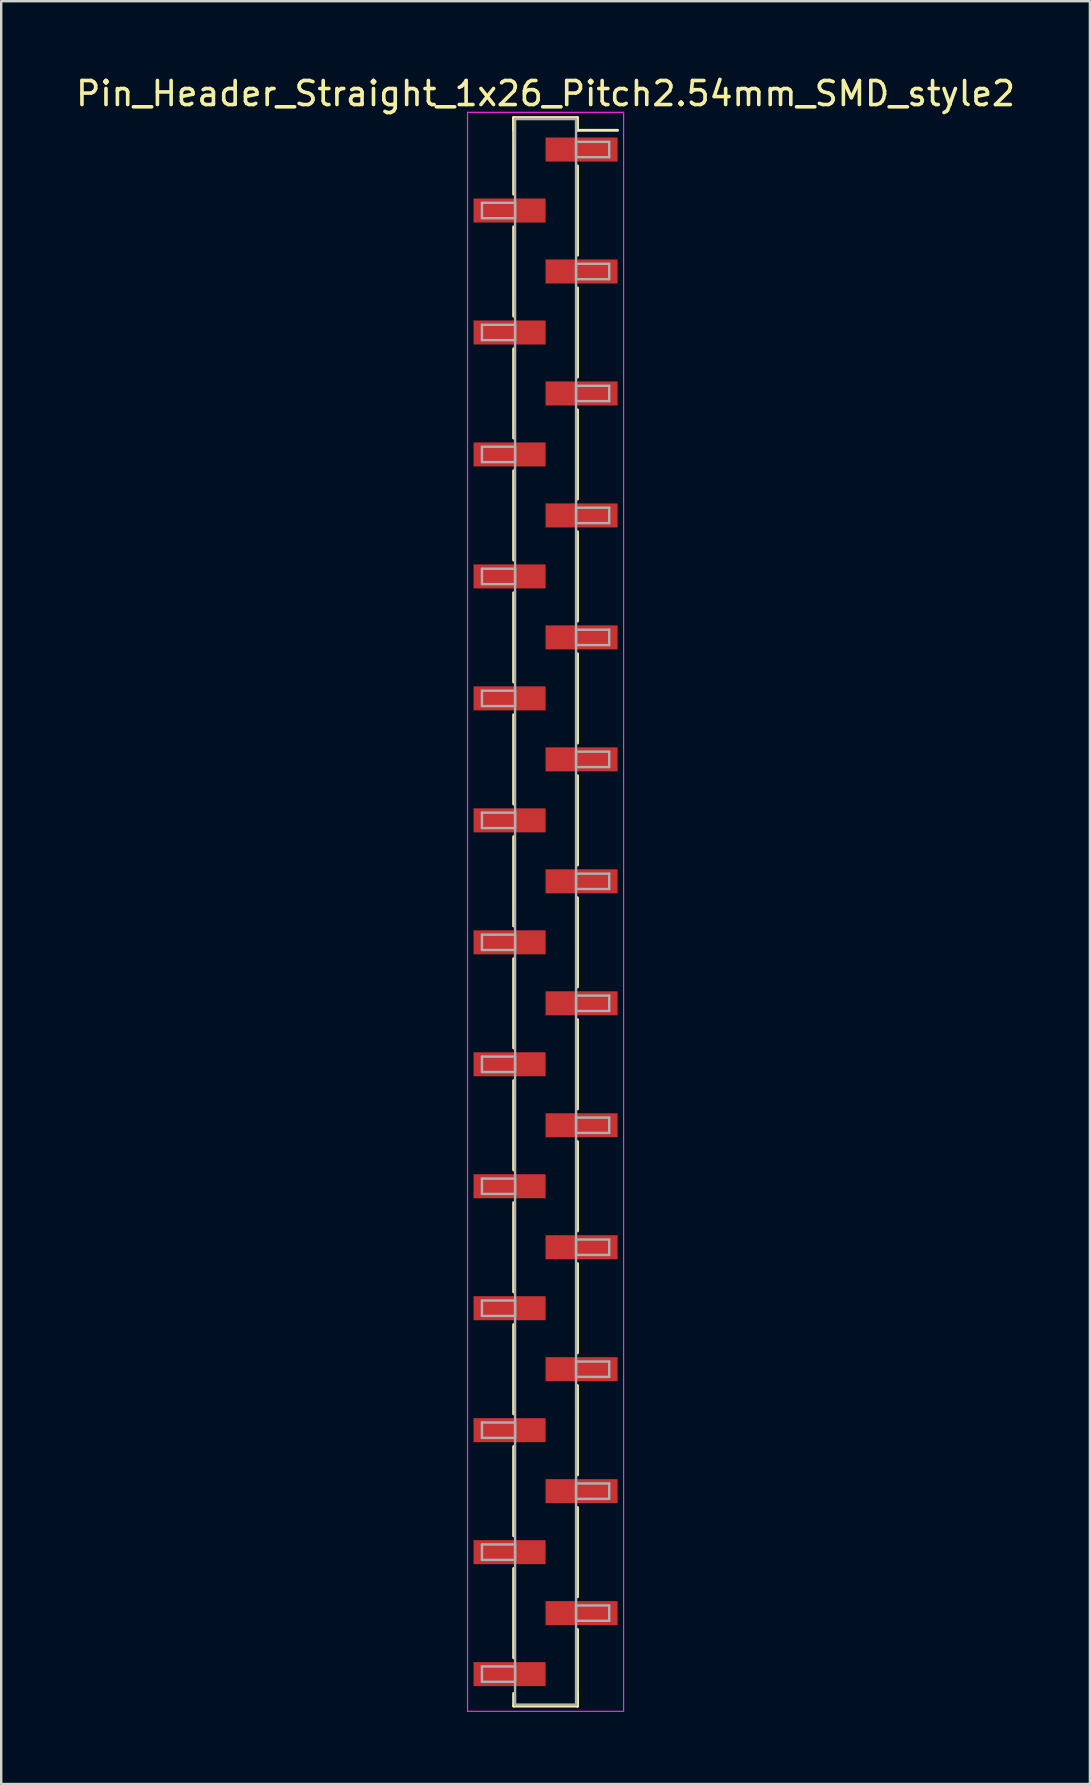
<source format=kicad_pcb>
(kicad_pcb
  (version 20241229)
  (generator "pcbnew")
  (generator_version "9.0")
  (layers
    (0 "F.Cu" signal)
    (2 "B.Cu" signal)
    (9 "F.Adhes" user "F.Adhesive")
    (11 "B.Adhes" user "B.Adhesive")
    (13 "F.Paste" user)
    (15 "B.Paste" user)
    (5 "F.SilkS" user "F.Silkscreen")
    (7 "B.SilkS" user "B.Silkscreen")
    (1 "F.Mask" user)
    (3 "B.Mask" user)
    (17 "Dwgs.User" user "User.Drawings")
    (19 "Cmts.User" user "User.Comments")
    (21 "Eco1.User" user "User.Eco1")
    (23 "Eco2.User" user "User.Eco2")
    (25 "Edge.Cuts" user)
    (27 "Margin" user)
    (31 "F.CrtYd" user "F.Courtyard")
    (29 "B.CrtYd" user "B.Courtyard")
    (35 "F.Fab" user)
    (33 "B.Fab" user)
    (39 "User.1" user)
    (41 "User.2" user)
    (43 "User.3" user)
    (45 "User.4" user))
  (footprint "Pin_Header_Straight_1x26_Pitch2.54mm_SMD_style2"
    (layer "F.Cu")
    (at 19.673 34.928)
    (property "Reference" "Pin_Header_Straight_1x26_Pitch2.54mm_SMD_style2" (at 0 -34.08 0) (layer "F.SilkS") (effects (font (size 1 1) (thickness 0.15))))
    (attr smd)
    (fp_line (start -1.33 -33.08) (end -1.33 -29.89) (stroke (width 0.12) (type solid)) (layer "F.SilkS"))
    (fp_line (start -1.33 -33.08) (end 1.33 -33.08) (stroke (width 0.12) (type solid)) (layer "F.SilkS"))
    (fp_line (start -1.33 -32.55) (end -1.33 -33.08) (stroke (width 0.12) (type solid)) (layer "F.SilkS"))
    (fp_line (start -1.33 -28.53) (end -1.33 -24.81) (stroke (width 0.12) (type solid)) (layer "F.SilkS"))
    (fp_line (start -1.33 -23.45) (end -1.33 -19.73) (stroke (width 0.12) (type solid)) (layer "F.SilkS"))
    (fp_line (start -1.33 -18.37) (end -1.33 -14.65) (stroke (width 0.12) (type solid)) (layer "F.SilkS"))
    (fp_line (start -1.33 -13.29) (end -1.33 -9.57) (stroke (width 0.12) (type solid)) (layer "F.SilkS"))
    (fp_line (start -1.33 -8.21) (end -1.33 -4.49) (stroke (width 0.12) (type solid)) (layer "F.SilkS"))
    (fp_line (start -1.33 -3.13) (end -1.33 0.59) (stroke (width 0.12) (type solid)) (layer "F.SilkS"))
    (fp_line (start -1.33 1.95) (end -1.33 5.67) (stroke (width 0.12) (type solid)) (layer "F.SilkS"))
    (fp_line (start -1.33 7.03) (end -1.33 10.75) (stroke (width 0.12) (type solid)) (layer "F.SilkS"))
    (fp_line (start -1.33 12.11) (end -1.33 15.83) (stroke (width 0.12) (type solid)) (layer "F.SilkS"))
    (fp_line (start -1.33 17.19) (end -1.33 20.91) (stroke (width 0.12) (type solid)) (layer "F.SilkS"))
    (fp_line (start -1.33 22.27) (end -1.33 25.99) (stroke (width 0.12) (type solid)) (layer "F.SilkS"))
    (fp_line (start -1.33 27.35) (end -1.33 31.07) (stroke (width 0.12) (type solid)) (layer "F.SilkS"))
    (fp_line (start -1.33 32.55) (end -1.33 33.08) (stroke (width 0.12) (type solid)) (layer "F.SilkS"))
    (fp_line (start -1.33 33.08) (end 1.33 33.08) (stroke (width 0.12) (type solid)) (layer "F.SilkS"))
    (fp_line (start 1.33 -33.08) (end 1.33 -32.55) (stroke (width 0.12) (type solid)) (layer "F.SilkS"))
    (fp_line (start 1.33 -32.55) (end 3 -32.55) (stroke (width 0.12) (type solid)) (layer "F.SilkS"))
    (fp_line (start 1.33 -31.07) (end 1.33 -27.35) (stroke (width 0.12) (type solid)) (layer "F.SilkS"))
    (fp_line (start 1.33 -25.99) (end 1.33 -22.27) (stroke (width 0.12) (type solid)) (layer "F.SilkS"))
    (fp_line (start 1.33 -20.91) (end 1.33 -17.19) (stroke (width 0.12) (type solid)) (layer "F.SilkS"))
    (fp_line (start 1.33 -15.83) (end 1.33 -12.11) (stroke (width 0.12) (type solid)) (layer "F.SilkS"))
    (fp_line (start 1.33 -10.75) (end 1.33 -7.03) (stroke (width 0.12) (type solid)) (layer "F.SilkS"))
    (fp_line (start 1.33 -5.67) (end 1.33 -1.95) (stroke (width 0.12) (type solid)) (layer "F.SilkS"))
    (fp_line (start 1.33 -0.59) (end 1.33 3.13) (stroke (width 0.12) (type solid)) (layer "F.SilkS"))
    (fp_line (start 1.33 4.49) (end 1.33 8.21) (stroke (width 0.12) (type solid)) (layer "F.SilkS"))
    (fp_line (start 1.33 9.57) (end 1.33 13.29) (stroke (width 0.12) (type solid)) (layer "F.SilkS"))
    (fp_line (start 1.33 14.65) (end 1.33 18.37) (stroke (width 0.12) (type solid)) (layer "F.SilkS"))
    (fp_line (start 1.33 19.73) (end 1.33 23.45) (stroke (width 0.12) (type solid)) (layer "F.SilkS"))
    (fp_line (start 1.33 24.81) (end 1.33 28.53) (stroke (width 0.12) (type solid)) (layer "F.SilkS"))
    (fp_line (start 1.33 29.89) (end 1.33 33.08) (stroke (width 0.12) (type solid)) (layer "F.SilkS"))
    (fp_line (start 1.33 33.08) (end 1.33 32.55) (stroke (width 0.12) (type solid)) (layer "F.SilkS"))
    (fp_line (start -3.25 -33.3) (end -3.25 33.3) (stroke (width 0.05) (type solid)) (layer "F.CrtYd"))
    (fp_line (start -3.25 33.3) (end 3.25 33.3) (stroke (width 0.05) (type solid)) (layer "F.CrtYd"))
    (fp_line (start 3.25 -33.3) (end -3.25 -33.3) (stroke (width 0.05) (type solid)) (layer "F.CrtYd"))
    (fp_line (start 3.25 33.3) (end 3.25 -33.3) (stroke (width 0.05) (type solid)) (layer "F.CrtYd"))
    (fp_line (start -2.65 -29.53) (end -1.27 -29.53) (stroke (width 0.1) (type solid)) (layer "F.Fab"))
    (fp_line (start -2.65 -28.89) (end -2.65 -29.53) (stroke (width 0.1) (type solid)) (layer "F.Fab"))
    (fp_line (start -2.65 -24.45) (end -1.27 -24.45) (stroke (width 0.1) (type solid)) (layer "F.Fab"))
    (fp_line (start -2.65 -23.81) (end -2.65 -24.45) (stroke (width 0.1) (type solid)) (layer "F.Fab"))
    (fp_line (start -2.65 -19.37) (end -1.27 -19.37) (stroke (width 0.1) (type solid)) (layer "F.Fab"))
    (fp_line (start -2.65 -18.73) (end -2.65 -19.37) (stroke (width 0.1) (type solid)) (layer "F.Fab"))
    (fp_line (start -2.65 -14.29) (end -1.27 -14.29) (stroke (width 0.1) (type solid)) (layer "F.Fab"))
    (fp_line (start -2.65 -13.65) (end -2.65 -14.29) (stroke (width 0.1) (type solid)) (layer "F.Fab"))
    (fp_line (start -2.65 -9.21) (end -1.27 -9.21) (stroke (width 0.1) (type solid)) (layer "F.Fab"))
    (fp_line (start -2.65 -8.57) (end -2.65 -9.21) (stroke (width 0.1) (type solid)) (layer "F.Fab"))
    (fp_line (start -2.65 -4.13) (end -1.27 -4.13) (stroke (width 0.1) (type solid)) (layer "F.Fab"))
    (fp_line (start -2.65 -3.49) (end -2.65 -4.13) (stroke (width 0.1) (type solid)) (layer "F.Fab"))
    (fp_line (start -2.65 0.95) (end -1.27 0.95) (stroke (width 0.1) (type solid)) (layer "F.Fab"))
    (fp_line (start -2.65 1.59) (end -2.65 0.95) (stroke (width 0.1) (type solid)) (layer "F.Fab"))
    (fp_line (start -2.65 6.03) (end -1.27 6.03) (stroke (width 0.1) (type solid)) (layer "F.Fab"))
    (fp_line (start -2.65 6.67) (end -2.65 6.03) (stroke (width 0.1) (type solid)) (layer "F.Fab"))
    (fp_line (start -2.65 11.11) (end -1.27 11.11) (stroke (width 0.1) (type solid)) (layer "F.Fab"))
    (fp_line (start -2.65 11.75) (end -2.65 11.11) (stroke (width 0.1) (type solid)) (layer "F.Fab"))
    (fp_line (start -2.65 16.19) (end -1.27 16.19) (stroke (width 0.1) (type solid)) (layer "F.Fab"))
    (fp_line (start -2.65 16.83) (end -2.65 16.19) (stroke (width 0.1) (type solid)) (layer "F.Fab"))
    (fp_line (start -2.65 21.27) (end -1.27 21.27) (stroke (width 0.1) (type solid)) (layer "F.Fab"))
    (fp_line (start -2.65 21.91) (end -2.65 21.27) (stroke (width 0.1) (type solid)) (layer "F.Fab"))
    (fp_line (start -2.65 26.35) (end -1.27 26.35) (stroke (width 0.1) (type solid)) (layer "F.Fab"))
    (fp_line (start -2.65 26.99) (end -2.65 26.35) (stroke (width 0.1) (type solid)) (layer "F.Fab"))
    (fp_line (start -2.65 31.43) (end -1.27 31.43) (stroke (width 0.1) (type solid)) (layer "F.Fab"))
    (fp_line (start -2.65 32.07) (end -2.65 31.43) (stroke (width 0.1) (type solid)) (layer "F.Fab"))
    (fp_line (start -1.27 -33.02) (end -1.27 33.02) (stroke (width 0.1) (type solid)) (layer "F.Fab"))
    (fp_line (start -1.27 -29.53) (end -1.27 -28.89) (stroke (width 0.1) (type solid)) (layer "F.Fab"))
    (fp_line (start -1.27 -28.89) (end -2.65 -28.89) (stroke (width 0.1) (type solid)) (layer "F.Fab"))
    (fp_line (start -1.27 -24.45) (end -1.27 -23.81) (stroke (width 0.1) (type solid)) (layer "F.Fab"))
    (fp_line (start -1.27 -23.81) (end -2.65 -23.81) (stroke (width 0.1) (type solid)) (layer "F.Fab"))
    (fp_line (start -1.27 -19.37) (end -1.27 -18.73) (stroke (width 0.1) (type solid)) (layer "F.Fab"))
    (fp_line (start -1.27 -18.73) (end -2.65 -18.73) (stroke (width 0.1) (type solid)) (layer "F.Fab"))
    (fp_line (start -1.27 -14.29) (end -1.27 -13.65) (stroke (width 0.1) (type solid)) (layer "F.Fab"))
    (fp_line (start -1.27 -13.65) (end -2.65 -13.65) (stroke (width 0.1) (type solid)) (layer "F.Fab"))
    (fp_line (start -1.27 -9.21) (end -1.27 -8.57) (stroke (width 0.1) (type solid)) (layer "F.Fab"))
    (fp_line (start -1.27 -8.57) (end -2.65 -8.57) (stroke (width 0.1) (type solid)) (layer "F.Fab"))
    (fp_line (start -1.27 -4.13) (end -1.27 -3.49) (stroke (width 0.1) (type solid)) (layer "F.Fab"))
    (fp_line (start -1.27 -3.49) (end -2.65 -3.49) (stroke (width 0.1) (type solid)) (layer "F.Fab"))
    (fp_line (start -1.27 0.95) (end -1.27 1.59) (stroke (width 0.1) (type solid)) (layer "F.Fab"))
    (fp_line (start -1.27 1.59) (end -2.65 1.59) (stroke (width 0.1) (type solid)) (layer "F.Fab"))
    (fp_line (start -1.27 6.03) (end -1.27 6.67) (stroke (width 0.1) (type solid)) (layer "F.Fab"))
    (fp_line (start -1.27 6.67) (end -2.65 6.67) (stroke (width 0.1) (type solid)) (layer "F.Fab"))
    (fp_line (start -1.27 11.11) (end -1.27 11.75) (stroke (width 0.1) (type solid)) (layer "F.Fab"))
    (fp_line (start -1.27 11.75) (end -2.65 11.75) (stroke (width 0.1) (type solid)) (layer "F.Fab"))
    (fp_line (start -1.27 16.19) (end -1.27 16.83) (stroke (width 0.1) (type solid)) (layer "F.Fab"))
    (fp_line (start -1.27 16.83) (end -2.65 16.83) (stroke (width 0.1) (type solid)) (layer "F.Fab"))
    (fp_line (start -1.27 21.27) (end -1.27 21.91) (stroke (width 0.1) (type solid)) (layer "F.Fab"))
    (fp_line (start -1.27 21.91) (end -2.65 21.91) (stroke (width 0.1) (type solid)) (layer "F.Fab"))
    (fp_line (start -1.27 26.35) (end -1.27 26.99) (stroke (width 0.1) (type solid)) (layer "F.Fab"))
    (fp_line (start -1.27 26.99) (end -2.65 26.99) (stroke (width 0.1) (type solid)) (layer "F.Fab"))
    (fp_line (start -1.27 31.43) (end -1.27 32.07) (stroke (width 0.1) (type solid)) (layer "F.Fab"))
    (fp_line (start -1.27 32.07) (end -2.65 32.07) (stroke (width 0.1) (type solid)) (layer "F.Fab"))
    (fp_line (start -1.27 33.02) (end 1.27 33.02) (stroke (width 0.1) (type solid)) (layer "F.Fab"))
    (fp_line (start 1.27 -33.02) (end -1.27 -33.02) (stroke (width 0.1) (type solid)) (layer "F.Fab"))
    (fp_line (start 1.27 -32.07) (end 1.27 -31.43) (stroke (width 0.1) (type solid)) (layer "F.Fab"))
    (fp_line (start 1.27 -31.43) (end 2.65 -31.43) (stroke (width 0.1) (type solid)) (layer "F.Fab"))
    (fp_line (start 1.27 -26.99) (end 1.27 -26.35) (stroke (width 0.1) (type solid)) (layer "F.Fab"))
    (fp_line (start 1.27 -26.35) (end 2.65 -26.35) (stroke (width 0.1) (type solid)) (layer "F.Fab"))
    (fp_line (start 1.27 -21.91) (end 1.27 -21.27) (stroke (width 0.1) (type solid)) (layer "F.Fab"))
    (fp_line (start 1.27 -21.27) (end 2.65 -21.27) (stroke (width 0.1) (type solid)) (layer "F.Fab"))
    (fp_line (start 1.27 -16.83) (end 1.27 -16.19) (stroke (width 0.1) (type solid)) (layer "F.Fab"))
    (fp_line (start 1.27 -16.19) (end 2.65 -16.19) (stroke (width 0.1) (type solid)) (layer "F.Fab"))
    (fp_line (start 1.27 -11.75) (end 1.27 -11.11) (stroke (width 0.1) (type solid)) (layer "F.Fab"))
    (fp_line (start 1.27 -11.11) (end 2.65 -11.11) (stroke (width 0.1) (type solid)) (layer "F.Fab"))
    (fp_line (start 1.27 -6.67) (end 1.27 -6.03) (stroke (width 0.1) (type solid)) (layer "F.Fab"))
    (fp_line (start 1.27 -6.03) (end 2.65 -6.03) (stroke (width 0.1) (type solid)) (layer "F.Fab"))
    (fp_line (start 1.27 -1.59) (end 1.27 -0.95) (stroke (width 0.1) (type solid)) (layer "F.Fab"))
    (fp_line (start 1.27 -0.95) (end 2.65 -0.95) (stroke (width 0.1) (type solid)) (layer "F.Fab"))
    (fp_line (start 1.27 3.49) (end 1.27 4.13) (stroke (width 0.1) (type solid)) (layer "F.Fab"))
    (fp_line (start 1.27 4.13) (end 2.65 4.13) (stroke (width 0.1) (type solid)) (layer "F.Fab"))
    (fp_line (start 1.27 8.57) (end 1.27 9.21) (stroke (width 0.1) (type solid)) (layer "F.Fab"))
    (fp_line (start 1.27 9.21) (end 2.65 9.21) (stroke (width 0.1) (type solid)) (layer "F.Fab"))
    (fp_line (start 1.27 13.65) (end 1.27 14.29) (stroke (width 0.1) (type solid)) (layer "F.Fab"))
    (fp_line (start 1.27 14.29) (end 2.65 14.29) (stroke (width 0.1) (type solid)) (layer "F.Fab"))
    (fp_line (start 1.27 18.73) (end 1.27 19.37) (stroke (width 0.1) (type solid)) (layer "F.Fab"))
    (fp_line (start 1.27 19.37) (end 2.65 19.37) (stroke (width 0.1) (type solid)) (layer "F.Fab"))
    (fp_line (start 1.27 23.81) (end 1.27 24.45) (stroke (width 0.1) (type solid)) (layer "F.Fab"))
    (fp_line (start 1.27 24.45) (end 2.65 24.45) (stroke (width 0.1) (type solid)) (layer "F.Fab"))
    (fp_line (start 1.27 28.89) (end 1.27 29.53) (stroke (width 0.1) (type solid)) (layer "F.Fab"))
    (fp_line (start 1.27 29.53) (end 2.65 29.53) (stroke (width 0.1) (type solid)) (layer "F.Fab"))
    (fp_line (start 1.27 33.02) (end 1.27 -33.02) (stroke (width 0.1) (type solid)) (layer "F.Fab"))
    (fp_line (start 2.65 -32.07) (end 1.27 -32.07) (stroke (width 0.1) (type solid)) (layer "F.Fab"))
    (fp_line (start 2.65 -31.43) (end 2.65 -32.07) (stroke (width 0.1) (type solid)) (layer "F.Fab"))
    (fp_line (start 2.65 -26.99) (end 1.27 -26.99) (stroke (width 0.1) (type solid)) (layer "F.Fab"))
    (fp_line (start 2.65 -26.35) (end 2.65 -26.99) (stroke (width 0.1) (type solid)) (layer "F.Fab"))
    (fp_line (start 2.65 -21.91) (end 1.27 -21.91) (stroke (width 0.1) (type solid)) (layer "F.Fab"))
    (fp_line (start 2.65 -21.27) (end 2.65 -21.91) (stroke (width 0.1) (type solid)) (layer "F.Fab"))
    (fp_line (start 2.65 -16.83) (end 1.27 -16.83) (stroke (width 0.1) (type solid)) (layer "F.Fab"))
    (fp_line (start 2.65 -16.19) (end 2.65 -16.83) (stroke (width 0.1) (type solid)) (layer "F.Fab"))
    (fp_line (start 2.65 -11.75) (end 1.27 -11.75) (stroke (width 0.1) (type solid)) (layer "F.Fab"))
    (fp_line (start 2.65 -11.11) (end 2.65 -11.75) (stroke (width 0.1) (type solid)) (layer "F.Fab"))
    (fp_line (start 2.65 -6.67) (end 1.27 -6.67) (stroke (width 0.1) (type solid)) (layer "F.Fab"))
    (fp_line (start 2.65 -6.03) (end 2.65 -6.67) (stroke (width 0.1) (type solid)) (layer "F.Fab"))
    (fp_line (start 2.65 -1.59) (end 1.27 -1.59) (stroke (width 0.1) (type solid)) (layer "F.Fab"))
    (fp_line (start 2.65 -0.95) (end 2.65 -1.59) (stroke (width 0.1) (type solid)) (layer "F.Fab"))
    (fp_line (start 2.65 3.49) (end 1.27 3.49) (stroke (width 0.1) (type solid)) (layer "F.Fab"))
    (fp_line (start 2.65 4.13) (end 2.65 3.49) (stroke (width 0.1) (type solid)) (layer "F.Fab"))
    (fp_line (start 2.65 8.57) (end 1.27 8.57) (stroke (width 0.1) (type solid)) (layer "F.Fab"))
    (fp_line (start 2.65 9.21) (end 2.65 8.57) (stroke (width 0.1) (type solid)) (layer "F.Fab"))
    (fp_line (start 2.65 13.65) (end 1.27 13.65) (stroke (width 0.1) (type solid)) (layer "F.Fab"))
    (fp_line (start 2.65 14.29) (end 2.65 13.65) (stroke (width 0.1) (type solid)) (layer "F.Fab"))
    (fp_line (start 2.65 18.73) (end 1.27 18.73) (stroke (width 0.1) (type solid)) (layer "F.Fab"))
    (fp_line (start 2.65 19.37) (end 2.65 18.73) (stroke (width 0.1) (type solid)) (layer "F.Fab"))
    (fp_line (start 2.65 23.81) (end 1.27 23.81) (stroke (width 0.1) (type solid)) (layer "F.Fab"))
    (fp_line (start 2.65 24.45) (end 2.65 23.81) (stroke (width 0.1) (type solid)) (layer "F.Fab"))
    (fp_line (start 2.65 28.89) (end 1.27 28.89) (stroke (width 0.1) (type solid)) (layer "F.Fab"))
    (fp_line (start 2.65 29.53) (end 2.65 28.89) (stroke (width 0.1) (type solid)) (layer "F.Fab"))
    (pad "1" smd rect (at 1.5 -31.75) (size 3 1) (layers "F.Cu" "F.Mask"))
    (pad "2" smd rect (at -1.5 -29.21) (size 3 1) (layers "F.Cu" "F.Mask"))
    (pad "3" smd rect (at 1.5 -26.67) (size 3 1) (layers "F.Cu" "F.Mask"))
    (pad "4" smd rect (at -1.5 -24.13) (size 3 1) (layers "F.Cu" "F.Mask"))
    (pad "5" smd rect (at 1.5 -21.59) (size 3 1) (layers "F.Cu" "F.Mask"))
    (pad "6" smd rect (at -1.5 -19.05) (size 3 1) (layers "F.Cu" "F.Mask"))
    (pad "7" smd rect (at 1.5 -16.51) (size 3 1) (layers "F.Cu" "F.Mask"))
    (pad "8" smd rect (at -1.5 -13.97) (size 3 1) (layers "F.Cu" "F.Mask"))
    (pad "9" smd rect (at 1.5 -11.43) (size 3 1) (layers "F.Cu" "F.Mask"))
    (pad "10" smd rect (at -1.5 -8.89) (size 3 1) (layers "F.Cu" "F.Mask"))
    (pad "11" smd rect (at 1.5 -6.35) (size 3 1) (layers "F.Cu" "F.Mask"))
    (pad "12" smd rect (at -1.5 -3.81) (size 3 1) (layers "F.Cu" "F.Mask"))
    (pad "13" smd rect (at 1.5 -1.27) (size 3 1) (layers "F.Cu" "F.Mask"))
    (pad "14" smd rect (at -1.5 1.27) (size 3 1) (layers "F.Cu" "F.Mask"))
    (pad "15" smd rect (at 1.5 3.81) (size 3 1) (layers "F.Cu" "F.Mask"))
    (pad "16" smd rect (at -1.5 6.35) (size 3 1) (layers "F.Cu" "F.Mask"))
    (pad "17" smd rect (at 1.5 8.89) (size 3 1) (layers "F.Cu" "F.Mask"))
    (pad "18" smd rect (at -1.5 11.43) (size 3 1) (layers "F.Cu" "F.Mask"))
    (pad "19" smd rect (at 1.5 13.97) (size 3 1) (layers "F.Cu" "F.Mask"))
    (pad "20" smd rect (at -1.5 16.51) (size 3 1) (layers "F.Cu" "F.Mask"))
    (pad "21" smd rect (at 1.5 19.05) (size 3 1) (layers "F.Cu" "F.Mask"))
    (pad "22" smd rect (at -1.5 21.59) (size 3 1) (layers "F.Cu" "F.Mask"))
    (pad "23" smd rect (at 1.5 24.13) (size 3 1) (layers "F.Cu" "F.Mask"))
    (pad "24" smd rect (at -1.5 26.67) (size 3 1) (layers "F.Cu" "F.Mask"))
    (pad "25" smd rect (at 1.5 29.21) (size 3 1) (layers "F.Cu" "F.Mask"))
    (pad "26" smd rect (at -1.5 31.75) (size 3 1) (layers "F.Cu" "F.Mask")))
  (gr_rect
    (start -3 -3)
    (end 42.345 71.253)
    (stroke (width 0.1) (type default))
    (fill no)
    (layer "Edge.Cuts")))
</source>
